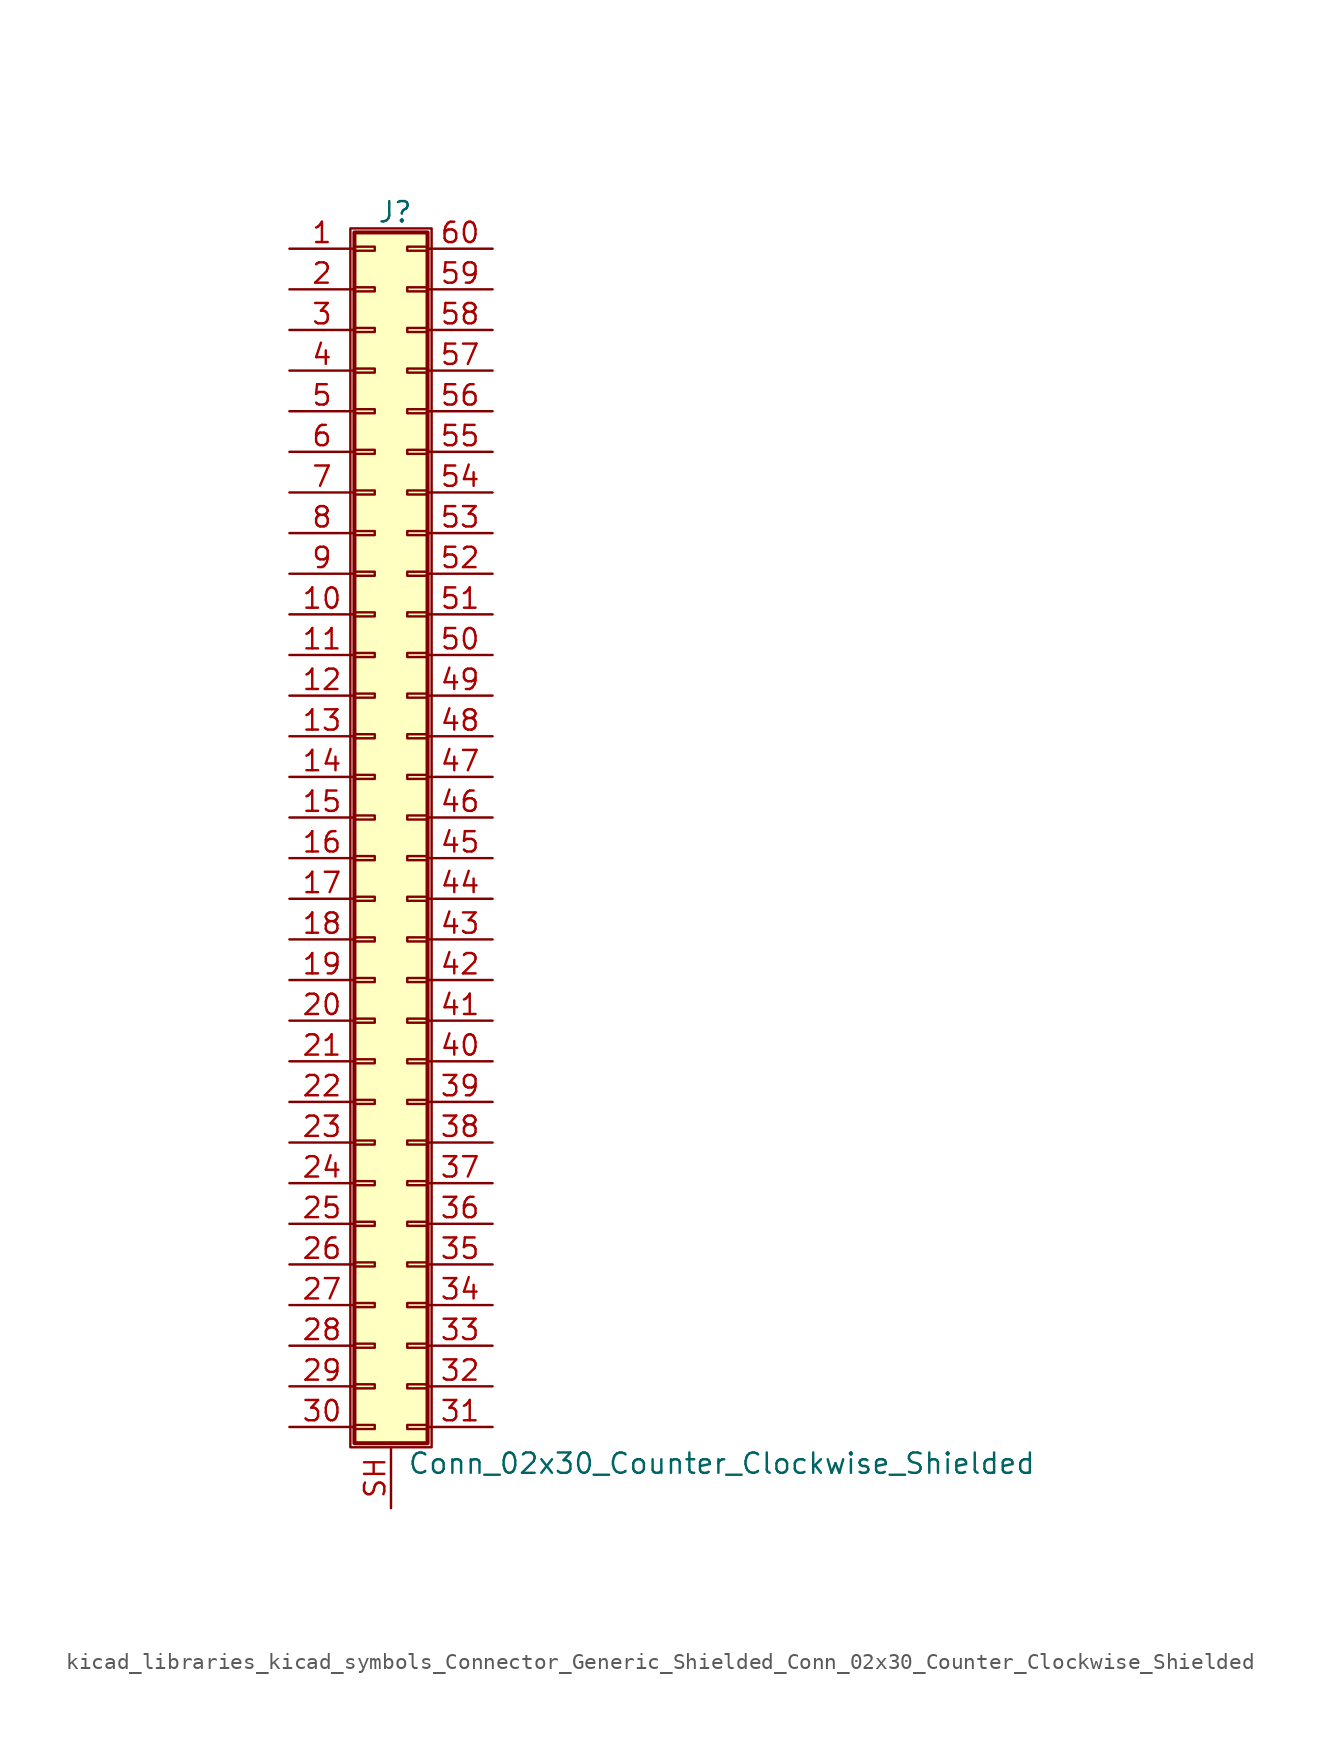
<source format=kicad_sym>
(kicad_symbol_lib
  (version 20220914)
  (generator kicad_symbol_editor)
  (symbol "kicad_libraries_kicad_symbols_Connector_Generic_Shielded_Conn_02x30_Counter_Clockwise_Shielded"
    (pin_names
      (offset 1.016) hide)
    (property "Reference" "J"
      (at 1.524 37.846 0)
      (effects (font (size 1.27 1.27))))
    (property "Value" "Conn_02x30_Counter_Clockwise_Shielded"
      (at 2.286 -40.386 0)
      (effects (font (size 1.27 1.27)) (justify left)))
    (symbol "kicad_libraries_kicad_symbols_Connector_Generic_Shielded_Conn_02x30_Counter_Clockwise_Shielded_1_1"
      (rectangle (start -1.27 36.83) (end 3.81 -39.37) (stroke (width 0.152) (type default)) (fill (type none)))
      (rectangle (start -1.016 -37.973) (end 0.254 -38.227) (stroke (width 0.152) (type default)) (fill (type none)))
      (rectangle (start -1.016 -35.433) (end 0.254 -35.687) (stroke (width 0.152) (type default)) (fill (type none)))
      (rectangle (start -1.016 -32.893) (end 0.254 -33.147) (stroke (width 0.152) (type default)) (fill (type none)))
      (rectangle (start -1.016 -30.353) (end 0.254 -30.607) (stroke (width 0.152) (type default)) (fill (type none)))
      (rectangle (start -1.016 -27.813) (end 0.254 -28.067) (stroke (width 0.152) (type default)) (fill (type none)))
      (rectangle (start -1.016 -25.273) (end 0.254 -25.527) (stroke (width 0.152) (type default)) (fill (type none)))
      (rectangle (start -1.016 -22.733) (end 0.254 -22.987) (stroke (width 0.152) (type default)) (fill (type none)))
      (rectangle (start -1.016 -20.193) (end 0.254 -20.447) (stroke (width 0.152) (type default)) (fill (type none)))
      (rectangle (start -1.016 -17.653) (end 0.254 -17.907) (stroke (width 0.152) (type default)) (fill (type none)))
      (rectangle (start -1.016 -15.113) (end 0.254 -15.367) (stroke (width 0.152) (type default)) (fill (type none)))
      (rectangle (start -1.016 -12.573) (end 0.254 -12.827) (stroke (width 0.152) (type default)) (fill (type none)))
      (rectangle (start -1.016 -10.033) (end 0.254 -10.287) (stroke (width 0.152) (type default)) (fill (type none)))
      (rectangle (start -1.016 -7.493) (end 0.254 -7.747) (stroke (width 0.152) (type default)) (fill (type none)))
      (rectangle (start -1.016 -4.953) (end 0.254 -5.207) (stroke (width 0.152) (type default)) (fill (type none)))
      (rectangle (start -1.016 -2.413) (end 0.254 -2.667) (stroke (width 0.152) (type default)) (fill (type none)))
      (rectangle (start -1.016 0.127) (end 0.254 -0.127) (stroke (width 0.152) (type default)) (fill (type none)))
      (rectangle (start -1.016 2.667) (end 0.254 2.413) (stroke (width 0.152) (type default)) (fill (type none)))
      (rectangle (start -1.016 5.207) (end 0.254 4.953) (stroke (width 0.152) (type default)) (fill (type none)))
      (rectangle (start -1.016 7.747) (end 0.254 7.493) (stroke (width 0.152) (type default)) (fill (type none)))
      (rectangle (start -1.016 10.287) (end 0.254 10.033) (stroke (width 0.152) (type default)) (fill (type none)))
      (rectangle (start -1.016 12.827) (end 0.254 12.573) (stroke (width 0.152) (type default)) (fill (type none)))
      (rectangle (start -1.016 15.367) (end 0.254 15.113) (stroke (width 0.152) (type default)) (fill (type none)))
      (rectangle (start -1.016 17.907) (end 0.254 17.653) (stroke (width 0.152) (type default)) (fill (type none)))
      (rectangle (start -1.016 20.447) (end 0.254 20.193) (stroke (width 0.152) (type default)) (fill (type none)))
      (rectangle (start -1.016 22.987) (end 0.254 22.733) (stroke (width 0.152) (type default)) (fill (type none)))
      (rectangle (start -1.016 25.527) (end 0.254 25.273) (stroke (width 0.152) (type default)) (fill (type none)))
      (rectangle (start -1.016 28.067) (end 0.254 27.813) (stroke (width 0.152) (type default)) (fill (type none)))
      (rectangle (start -1.016 30.607) (end 0.254 30.353) (stroke (width 0.152) (type default)) (fill (type none)))
      (rectangle (start -1.016 33.147) (end 0.254 32.893) (stroke (width 0.152) (type default)) (fill (type none)))
      (rectangle (start -1.016 35.687) (end 0.254 35.433) (stroke (width 0.152) (type default)) (fill (type none)))
      (rectangle (start -1.016 36.576) (end 3.556 -39.116) (stroke (width 0.254) (type default)) (fill (type background)))
      (rectangle (start 3.556 -37.973) (end 2.286 -38.227) (stroke (width 0.152) (type default)) (fill (type none)))
      (rectangle (start 3.556 -35.433) (end 2.286 -35.687) (stroke (width 0.152) (type default)) (fill (type none)))
      (rectangle (start 3.556 -32.893) (end 2.286 -33.147) (stroke (width 0.152) (type default)) (fill (type none)))
      (rectangle (start 3.556 -30.353) (end 2.286 -30.607) (stroke (width 0.152) (type default)) (fill (type none)))
      (rectangle (start 3.556 -27.813) (end 2.286 -28.067) (stroke (width 0.152) (type default)) (fill (type none)))
      (rectangle (start 3.556 -25.273) (end 2.286 -25.527) (stroke (width 0.152) (type default)) (fill (type none)))
      (rectangle (start 3.556 -22.733) (end 2.286 -22.987) (stroke (width 0.152) (type default)) (fill (type none)))
      (rectangle (start 3.556 -20.193) (end 2.286 -20.447) (stroke (width 0.152) (type default)) (fill (type none)))
      (rectangle (start 3.556 -17.653) (end 2.286 -17.907) (stroke (width 0.152) (type default)) (fill (type none)))
      (rectangle (start 3.556 -15.113) (end 2.286 -15.367) (stroke (width 0.152) (type default)) (fill (type none)))
      (rectangle (start 3.556 -12.573) (end 2.286 -12.827) (stroke (width 0.152) (type default)) (fill (type none)))
      (rectangle (start 3.556 -10.033) (end 2.286 -10.287) (stroke (width 0.152) (type default)) (fill (type none)))
      (rectangle (start 3.556 -7.493) (end 2.286 -7.747) (stroke (width 0.152) (type default)) (fill (type none)))
      (rectangle (start 3.556 -4.953) (end 2.286 -5.207) (stroke (width 0.152) (type default)) (fill (type none)))
      (rectangle (start 3.556 -2.413) (end 2.286 -2.667) (stroke (width 0.152) (type default)) (fill (type none)))
      (rectangle (start 3.556 0.127) (end 2.286 -0.127) (stroke (width 0.152) (type default)) (fill (type none)))
      (rectangle (start 3.556 2.667) (end 2.286 2.413) (stroke (width 0.152) (type default)) (fill (type none)))
      (rectangle (start 3.556 5.207) (end 2.286 4.953) (stroke (width 0.152) (type default)) (fill (type none)))
      (rectangle (start 3.556 7.747) (end 2.286 7.493) (stroke (width 0.152) (type default)) (fill (type none)))
      (rectangle (start 3.556 10.287) (end 2.286 10.033) (stroke (width 0.152) (type default)) (fill (type none)))
      (rectangle (start 3.556 12.827) (end 2.286 12.573) (stroke (width 0.152) (type default)) (fill (type none)))
      (rectangle (start 3.556 15.367) (end 2.286 15.113) (stroke (width 0.152) (type default)) (fill (type none)))
      (rectangle (start 3.556 17.907) (end 2.286 17.653) (stroke (width 0.152) (type default)) (fill (type none)))
      (rectangle (start 3.556 20.447) (end 2.286 20.193) (stroke (width 0.152) (type default)) (fill (type none)))
      (rectangle (start 3.556 22.987) (end 2.286 22.733) (stroke (width 0.152) (type default)) (fill (type none)))
      (rectangle (start 3.556 25.527) (end 2.286 25.273) (stroke (width 0.152) (type default)) (fill (type none)))
      (rectangle (start 3.556 28.067) (end 2.286 27.813) (stroke (width 0.152) (type default)) (fill (type none)))
      (rectangle (start 3.556 30.607) (end 2.286 30.353) (stroke (width 0.152) (type default)) (fill (type none)))
      (rectangle (start 3.556 33.147) (end 2.286 32.893) (stroke (width 0.152) (type default)) (fill (type none)))
      (rectangle (start 3.556 35.687) (end 2.286 35.433) (stroke (width 0.152) (type default)) (fill (type none)))
      (pin passive line (at -5.08 35.56 0) (length 4.064) (name "Pin_1" (effects (font (size 1.27 1.27)))) (number "1" (effects (font (size 1.27 1.27)))))
      (pin passive line (at -5.08 12.7 0) (length 4.064) (name "Pin_10" (effects (font (size 1.27 1.27)))) (number "10" (effects (font (size 1.27 1.27)))))
      (pin passive line (at -5.08 10.16 0) (length 4.064) (name "Pin_11" (effects (font (size 1.27 1.27)))) (number "11" (effects (font (size 1.27 1.27)))))
      (pin passive line (at -5.08 7.62 0) (length 4.064) (name "Pin_12" (effects (font (size 1.27 1.27)))) (number "12" (effects (font (size 1.27 1.27)))))
      (pin passive line (at -5.08 5.08 0) (length 4.064) (name "Pin_13" (effects (font (size 1.27 1.27)))) (number "13" (effects (font (size 1.27 1.27)))))
      (pin passive line (at -5.08 2.54 0) (length 4.064) (name "Pin_14" (effects (font (size 1.27 1.27)))) (number "14" (effects (font (size 1.27 1.27)))))
      (pin passive line (at -5.08 0 0) (length 4.064) (name "Pin_15" (effects (font (size 1.27 1.27)))) (number "15" (effects (font (size 1.27 1.27)))))
      (pin passive line (at -5.08 -2.54 0) (length 4.064) (name "Pin_16" (effects (font (size 1.27 1.27)))) (number "16" (effects (font (size 1.27 1.27)))))
      (pin passive line (at -5.08 -5.08 0) (length 4.064) (name "Pin_17" (effects (font (size 1.27 1.27)))) (number "17" (effects (font (size 1.27 1.27)))))
      (pin passive line (at -5.08 -7.62 0) (length 4.064) (name "Pin_18" (effects (font (size 1.27 1.27)))) (number "18" (effects (font (size 1.27 1.27)))))
      (pin passive line (at -5.08 -10.16 0) (length 4.064) (name "Pin_19" (effects (font (size 1.27 1.27)))) (number "19" (effects (font (size 1.27 1.27)))))
      (pin passive line (at -5.08 33.02 0) (length 4.064) (name "Pin_2" (effects (font (size 1.27 1.27)))) (number "2" (effects (font (size 1.27 1.27)))))
      (pin passive line (at -5.08 -12.7 0) (length 4.064) (name "Pin_20" (effects (font (size 1.27 1.27)))) (number "20" (effects (font (size 1.27 1.27)))))
      (pin passive line (at -5.08 -15.24 0) (length 4.064) (name "Pin_21" (effects (font (size 1.27 1.27)))) (number "21" (effects (font (size 1.27 1.27)))))
      (pin passive line (at -5.08 -17.78 0) (length 4.064) (name "Pin_22" (effects (font (size 1.27 1.27)))) (number "22" (effects (font (size 1.27 1.27)))))
      (pin passive line (at -5.08 -20.32 0) (length 4.064) (name "Pin_23" (effects (font (size 1.27 1.27)))) (number "23" (effects (font (size 1.27 1.27)))))
      (pin passive line (at -5.08 -22.86 0) (length 4.064) (name "Pin_24" (effects (font (size 1.27 1.27)))) (number "24" (effects (font (size 1.27 1.27)))))
      (pin passive line (at -5.08 -25.4 0) (length 4.064) (name "Pin_25" (effects (font (size 1.27 1.27)))) (number "25" (effects (font (size 1.27 1.27)))))
      (pin passive line (at -5.08 -27.94 0) (length 4.064) (name "Pin_26" (effects (font (size 1.27 1.27)))) (number "26" (effects (font (size 1.27 1.27)))))
      (pin passive line (at -5.08 -30.48 0) (length 4.064) (name "Pin_27" (effects (font (size 1.27 1.27)))) (number "27" (effects (font (size 1.27 1.27)))))
      (pin passive line (at -5.08 -33.02 0) (length 4.064) (name "Pin_28" (effects (font (size 1.27 1.27)))) (number "28" (effects (font (size 1.27 1.27)))))
      (pin passive line (at -5.08 -35.56 0) (length 4.064) (name "Pin_29" (effects (font (size 1.27 1.27)))) (number "29" (effects (font (size 1.27 1.27)))))
      (pin passive line (at -5.08 30.48 0) (length 4.064) (name "Pin_3" (effects (font (size 1.27 1.27)))) (number "3" (effects (font (size 1.27 1.27)))))
      (pin passive line (at -5.08 -38.1 0) (length 4.064) (name "Pin_30" (effects (font (size 1.27 1.27)))) (number "30" (effects (font (size 1.27 1.27)))))
      (pin passive line (at 7.62 -38.1 180) (length 4.064) (name "Pin_31" (effects (font (size 1.27 1.27)))) (number "31" (effects (font (size 1.27 1.27)))))
      (pin passive line (at 7.62 -35.56 180) (length 4.064) (name "Pin_32" (effects (font (size 1.27 1.27)))) (number "32" (effects (font (size 1.27 1.27)))))
      (pin passive line (at 7.62 -33.02 180) (length 4.064) (name "Pin_33" (effects (font (size 1.27 1.27)))) (number "33" (effects (font (size 1.27 1.27)))))
      (pin passive line (at 7.62 -30.48 180) (length 4.064) (name "Pin_34" (effects (font (size 1.27 1.27)))) (number "34" (effects (font (size 1.27 1.27)))))
      (pin passive line (at 7.62 -27.94 180) (length 4.064) (name "Pin_35" (effects (font (size 1.27 1.27)))) (number "35" (effects (font (size 1.27 1.27)))))
      (pin passive line (at 7.62 -25.4 180) (length 4.064) (name "Pin_36" (effects (font (size 1.27 1.27)))) (number "36" (effects (font (size 1.27 1.27)))))
      (pin passive line (at 7.62 -22.86 180) (length 4.064) (name "Pin_37" (effects (font (size 1.27 1.27)))) (number "37" (effects (font (size 1.27 1.27)))))
      (pin passive line (at 7.62 -20.32 180) (length 4.064) (name "Pin_38" (effects (font (size 1.27 1.27)))) (number "38" (effects (font (size 1.27 1.27)))))
      (pin passive line (at 7.62 -17.78 180) (length 4.064) (name "Pin_39" (effects (font (size 1.27 1.27)))) (number "39" (effects (font (size 1.27 1.27)))))
      (pin passive line (at -5.08 27.94 0) (length 4.064) (name "Pin_4" (effects (font (size 1.27 1.27)))) (number "4" (effects (font (size 1.27 1.27)))))
      (pin passive line (at 7.62 -15.24 180) (length 4.064) (name "Pin_40" (effects (font (size 1.27 1.27)))) (number "40" (effects (font (size 1.27 1.27)))))
      (pin passive line (at 7.62 -12.7 180) (length 4.064) (name "Pin_41" (effects (font (size 1.27 1.27)))) (number "41" (effects (font (size 1.27 1.27)))))
      (pin passive line (at 7.62 -10.16 180) (length 4.064) (name "Pin_42" (effects (font (size 1.27 1.27)))) (number "42" (effects (font (size 1.27 1.27)))))
      (pin passive line (at 7.62 -7.62 180) (length 4.064) (name "Pin_43" (effects (font (size 1.27 1.27)))) (number "43" (effects (font (size 1.27 1.27)))))
      (pin passive line (at 7.62 -5.08 180) (length 4.064) (name "Pin_44" (effects (font (size 1.27 1.27)))) (number "44" (effects (font (size 1.27 1.27)))))
      (pin passive line (at 7.62 -2.54 180) (length 4.064) (name "Pin_45" (effects (font (size 1.27 1.27)))) (number "45" (effects (font (size 1.27 1.27)))))
      (pin passive line (at 7.62 0 180) (length 4.064) (name "Pin_46" (effects (font (size 1.27 1.27)))) (number "46" (effects (font (size 1.27 1.27)))))
      (pin passive line (at 7.62 2.54 180) (length 4.064) (name "Pin_47" (effects (font (size 1.27 1.27)))) (number "47" (effects (font (size 1.27 1.27)))))
      (pin passive line (at 7.62 5.08 180) (length 4.064) (name "Pin_48" (effects (font (size 1.27 1.27)))) (number "48" (effects (font (size 1.27 1.27)))))
      (pin passive line (at 7.62 7.62 180) (length 4.064) (name "Pin_49" (effects (font (size 1.27 1.27)))) (number "49" (effects (font (size 1.27 1.27)))))
      (pin passive line (at -5.08 25.4 0) (length 4.064) (name "Pin_5" (effects (font (size 1.27 1.27)))) (number "5" (effects (font (size 1.27 1.27)))))
      (pin passive line (at 7.62 10.16 180) (length 4.064) (name "Pin_50" (effects (font (size 1.27 1.27)))) (number "50" (effects (font (size 1.27 1.27)))))
      (pin passive line (at 7.62 12.7 180) (length 4.064) (name "Pin_51" (effects (font (size 1.27 1.27)))) (number "51" (effects (font (size 1.27 1.27)))))
      (pin passive line (at 7.62 15.24 180) (length 4.064) (name "Pin_52" (effects (font (size 1.27 1.27)))) (number "52" (effects (font (size 1.27 1.27)))))
      (pin passive line (at 7.62 17.78 180) (length 4.064) (name "Pin_53" (effects (font (size 1.27 1.27)))) (number "53" (effects (font (size 1.27 1.27)))))
      (pin passive line (at 7.62 20.32 180) (length 4.064) (name "Pin_54" (effects (font (size 1.27 1.27)))) (number "54" (effects (font (size 1.27 1.27)))))
      (pin passive line (at 7.62 22.86 180) (length 4.064) (name "Pin_55" (effects (font (size 1.27 1.27)))) (number "55" (effects (font (size 1.27 1.27)))))
      (pin passive line (at 7.62 25.4 180) (length 4.064) (name "Pin_56" (effects (font (size 1.27 1.27)))) (number "56" (effects (font (size 1.27 1.27)))))
      (pin passive line (at 7.62 27.94 180) (length 4.064) (name "Pin_57" (effects (font (size 1.27 1.27)))) (number "57" (effects (font (size 1.27 1.27)))))
      (pin passive line (at 7.62 30.48 180) (length 4.064) (name "Pin_58" (effects (font (size 1.27 1.27)))) (number "58" (effects (font (size 1.27 1.27)))))
      (pin passive line (at 7.62 33.02 180) (length 4.064) (name "Pin_59" (effects (font (size 1.27 1.27)))) (number "59" (effects (font (size 1.27 1.27)))))
      (pin passive line (at -5.08 22.86 0) (length 4.064) (name "Pin_6" (effects (font (size 1.27 1.27)))) (number "6" (effects (font (size 1.27 1.27)))))
      (pin passive line (at 7.62 35.56 180) (length 4.064) (name "Pin_60" (effects (font (size 1.27 1.27)))) (number "60" (effects (font (size 1.27 1.27)))))
      (pin passive line (at -5.08 20.32 0) (length 4.064) (name "Pin_7" (effects (font (size 1.27 1.27)))) (number "7" (effects (font (size 1.27 1.27)))))
      (pin passive line (at -5.08 17.78 0) (length 4.064) (name "Pin_8" (effects (font (size 1.27 1.27)))) (number "8" (effects (font (size 1.27 1.27)))))
      (pin passive line (at -5.08 15.24 0) (length 4.064) (name "Pin_9" (effects (font (size 1.27 1.27)))) (number "9" (effects (font (size 1.27 1.27)))))
      (pin passive line (at 1.27 -43.18 90) (length 3.81) (name "Shield" (effects (font (size 1.27 1.27)))) (number "SH" (effects (font (size 1.27 1.27))))))))
</source>
